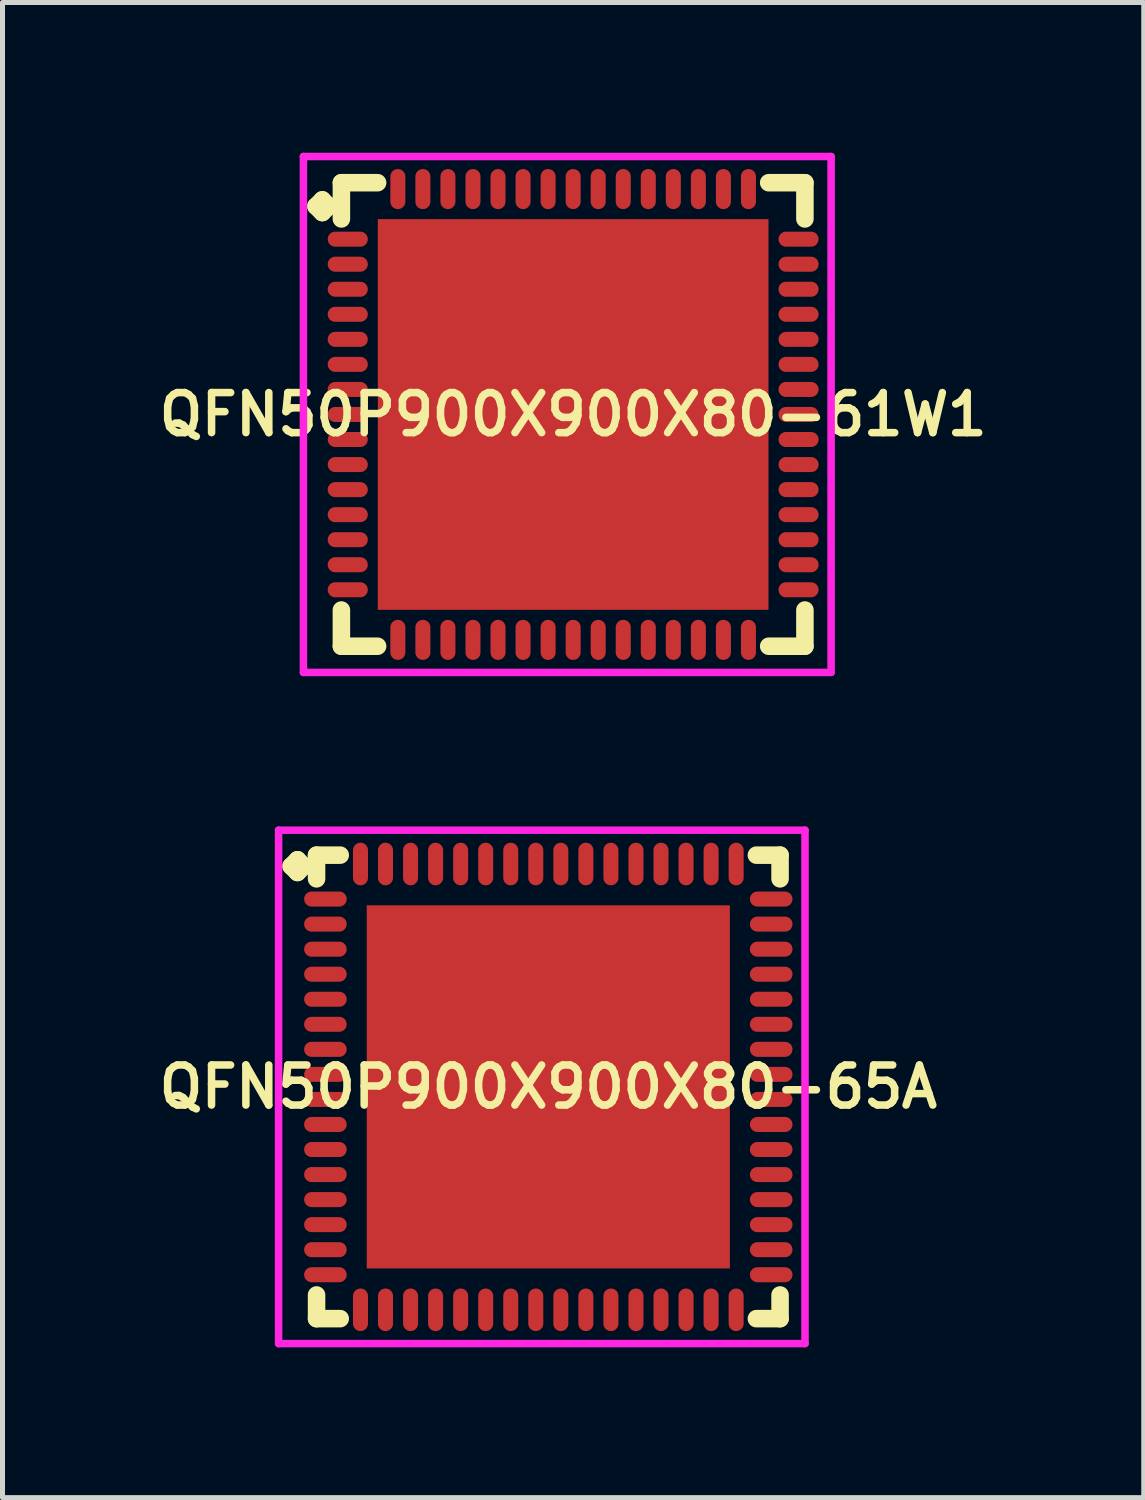
<source format=kicad_pcb>
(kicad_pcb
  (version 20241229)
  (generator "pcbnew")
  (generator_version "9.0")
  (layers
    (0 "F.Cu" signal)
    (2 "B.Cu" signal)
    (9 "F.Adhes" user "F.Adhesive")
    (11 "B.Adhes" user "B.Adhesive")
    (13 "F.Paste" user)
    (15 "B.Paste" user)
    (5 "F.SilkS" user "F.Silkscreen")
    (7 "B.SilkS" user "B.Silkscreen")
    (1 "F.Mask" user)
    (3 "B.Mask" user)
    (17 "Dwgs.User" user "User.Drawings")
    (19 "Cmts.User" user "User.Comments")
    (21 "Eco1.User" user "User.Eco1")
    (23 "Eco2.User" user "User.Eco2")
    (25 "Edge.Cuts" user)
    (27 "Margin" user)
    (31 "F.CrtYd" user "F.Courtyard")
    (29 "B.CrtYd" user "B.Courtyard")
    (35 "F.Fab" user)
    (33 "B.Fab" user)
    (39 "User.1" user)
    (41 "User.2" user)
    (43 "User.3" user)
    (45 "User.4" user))
  (footprint "QFN50P900X900X80-61W1"
    (layer "F.Cu")
    (at 8.393 5.225)
    (property "Reference" "QFN50P900X900X80-61W1" (at 0 0 0) (layer "F.SilkS") (effects (font (size 0.8 0.8) (thickness 0.15))))
    (attr smd)
    (fp_line (start -5.135 -4.158) (end -5.008 -4.285) (stroke (width 0.35) (type solid)) (layer "F.SilkS"))
    (fp_line (start -5.008 -4.285) (end -4.881 -4.158) (stroke (width 0.35) (type solid)) (layer "F.SilkS"))
    (fp_line (start -5.008 -4.031) (end -5.135 -4.158) (stroke (width 0.35) (type solid)) (layer "F.SilkS"))
    (fp_line (start -4.881 -4.158) (end -5.008 -4.031) (stroke (width 0.35) (type solid)) (layer "F.SilkS"))
    (fp_line (start -4.627 -4.627) (end -3.904 -4.627) (stroke (width 0.35) (type solid)) (layer "F.SilkS"))
    (fp_line (start -4.627 -3.904) (end -4.627 -4.627) (stroke (width 0.35) (type solid)) (layer "F.SilkS"))
    (fp_line (start -4.627 3.904) (end -4.627 4.627) (stroke (width 0.35) (type solid)) (layer "F.SilkS"))
    (fp_line (start -4.627 4.627) (end -3.904 4.627) (stroke (width 0.35) (type solid)) (layer "F.SilkS"))
    (fp_line (start 3.904 -4.627) (end 4.627 -4.627) (stroke (width 0.35) (type solid)) (layer "F.SilkS"))
    (fp_line (start 3.904 4.627) (end 4.627 4.627) (stroke (width 0.35) (type solid)) (layer "F.SilkS"))
    (fp_line (start 4.627 -4.627) (end 4.627 -3.904) (stroke (width 0.35) (type solid)) (layer "F.SilkS"))
    (fp_line (start 4.627 4.627) (end 4.627 3.904) (stroke (width 0.35) (type solid)) (layer "F.SilkS"))
    (fp_line (start -5.385 -5.15) (end 5.15 -5.15) (stroke (width 0.15) (type solid)) (layer "F.CrtYd"))
    (fp_line (start -5.385 5.15) (end -5.385 -5.15) (stroke (width 0.15) (type solid)) (layer "F.CrtYd"))
    (fp_line (start 5.15 -5.15) (end 5.15 5.15) (stroke (width 0.15) (type solid)) (layer "F.CrtYd"))
    (fp_line (start 5.15 5.15) (end -5.385 5.15) (stroke (width 0.15) (type solid)) (layer "F.CrtYd"))
    (pad "1" smd oval (at -4.5 -3.5) (size 0.8 0.3) (layers "F.Cu" "F.Mask" "F.Paste"))
    (pad "2" smd oval (at -4.5 -3) (size 0.8 0.3) (layers "F.Cu" "F.Mask" "F.Paste"))
    (pad "3" smd oval (at -4.5 -2.5) (size 0.8 0.3) (layers "F.Cu" "F.Mask" "F.Paste"))
    (pad "4" smd oval (at -4.5 -2) (size 0.8 0.3) (layers "F.Cu" "F.Mask" "F.Paste"))
    (pad "5" smd oval (at -4.5 -1.5) (size 0.8 0.3) (layers "F.Cu" "F.Mask" "F.Paste"))
    (pad "6" smd oval (at -4.5 -1) (size 0.8 0.3) (layers "F.Cu" "F.Mask" "F.Paste"))
    (pad "7" smd oval (at -4.5 -0.5) (size 0.8 0.3) (layers "F.Cu" "F.Mask" "F.Paste"))
    (pad "8" smd oval (at -4.5 0) (size 0.8 0.3) (layers "F.Cu" "F.Mask" "F.Paste"))
    (pad "9" smd oval (at -4.5 0.5) (size 0.8 0.3) (layers "F.Cu" "F.Mask" "F.Paste"))
    (pad "10" smd oval (at -4.5 1) (size 0.8 0.3) (layers "F.Cu" "F.Mask" "F.Paste"))
    (pad "11" smd oval (at -4.5 1.5) (size 0.8 0.3) (layers "F.Cu" "F.Mask" "F.Paste"))
    (pad "12" smd oval (at -4.5 2) (size 0.8 0.3) (layers "F.Cu" "F.Mask" "F.Paste"))
    (pad "13" smd oval (at -4.5 2.5) (size 0.8 0.3) (layers "F.Cu" "F.Mask" "F.Paste"))
    (pad "14" smd oval (at -4.5 3) (size 0.8 0.3) (layers "F.Cu" "F.Mask" "F.Paste"))
    (pad "15" smd oval (at -4.5 3.5) (size 0.8 0.3) (layers "F.Cu" "F.Mask" "F.Paste"))
    (pad "16" smd oval (at -3.5 4.5) (size 0.3 0.8) (layers "F.Cu" "F.Mask" "F.Paste"))
    (pad "17" smd oval (at -3 4.5) (size 0.3 0.8) (layers "F.Cu" "F.Mask" "F.Paste"))
    (pad "18" smd oval (at -2.5 4.5) (size 0.3 0.8) (layers "F.Cu" "F.Mask" "F.Paste"))
    (pad "19" smd oval (at -2 4.5) (size 0.3 0.8) (layers "F.Cu" "F.Mask" "F.Paste"))
    (pad "20" smd oval (at -1.5 4.5) (size 0.3 0.8) (layers "F.Cu" "F.Mask" "F.Paste"))
    (pad "21" smd oval (at -1 4.5) (size 0.3 0.8) (layers "F.Cu" "F.Mask" "F.Paste"))
    (pad "22" smd oval (at -0.5 4.5) (size 0.3 0.8) (layers "F.Cu" "F.Mask" "F.Paste"))
    (pad "23" smd oval (at 0 4.5) (size 0.3 0.8) (layers "F.Cu" "F.Mask" "F.Paste"))
    (pad "24" smd oval (at 0.5 4.5) (size 0.3 0.8) (layers "F.Cu" "F.Mask" "F.Paste"))
    (pad "25" smd oval (at 1 4.5) (size 0.3 0.8) (layers "F.Cu" "F.Mask" "F.Paste"))
    (pad "26" smd oval (at 1.5 4.5) (size 0.3 0.8) (layers "F.Cu" "F.Mask" "F.Paste"))
    (pad "27" smd oval (at 2 4.5) (size 0.3 0.8) (layers "F.Cu" "F.Mask" "F.Paste"))
    (pad "28" smd oval (at 2.5 4.5) (size 0.3 0.8) (layers "F.Cu" "F.Mask" "F.Paste"))
    (pad "29" smd oval (at 3 4.5) (size 0.3 0.8) (layers "F.Cu" "F.Mask" "F.Paste"))
    (pad "30" smd oval (at 3.5 4.5) (size 0.3 0.8) (layers "F.Cu" "F.Mask" "F.Paste"))
    (pad "31" smd oval (at 4.5 3.5) (size 0.8 0.3) (layers "F.Cu" "F.Mask" "F.Paste"))
    (pad "32" smd oval (at 4.5 3) (size 0.8 0.3) (layers "F.Cu" "F.Mask" "F.Paste"))
    (pad "33" smd oval (at 4.5 2.5) (size 0.8 0.3) (layers "F.Cu" "F.Mask" "F.Paste"))
    (pad "34" smd oval (at 4.5 2) (size 0.8 0.3) (layers "F.Cu" "F.Mask" "F.Paste"))
    (pad "35" smd oval (at 4.5 1.5) (size 0.8 0.3) (layers "F.Cu" "F.Mask" "F.Paste"))
    (pad "36" smd oval (at 4.5 1) (size 0.8 0.3) (layers "F.Cu" "F.Mask" "F.Paste"))
    (pad "37" smd oval (at 4.5 0.5) (size 0.8 0.3) (layers "F.Cu" "F.Mask" "F.Paste"))
    (pad "38" smd oval (at 4.5 0) (size 0.8 0.3) (layers "F.Cu" "F.Mask" "F.Paste"))
    (pad "39" smd oval (at 4.5 -0.5) (size 0.8 0.3) (layers "F.Cu" "F.Mask" "F.Paste"))
    (pad "40" smd oval (at 4.5 -1) (size 0.8 0.3) (layers "F.Cu" "F.Mask" "F.Paste"))
    (pad "41" smd oval (at 4.5 -1.5) (size 0.8 0.3) (layers "F.Cu" "F.Mask" "F.Paste"))
    (pad "42" smd oval (at 4.5 -2) (size 0.8 0.3) (layers "F.Cu" "F.Mask" "F.Paste"))
    (pad "43" smd oval (at 4.5 -2.5) (size 0.8 0.3) (layers "F.Cu" "F.Mask" "F.Paste"))
    (pad "44" smd oval (at 4.5 -3) (size 0.8 0.3) (layers "F.Cu" "F.Mask" "F.Paste"))
    (pad "45" smd oval (at 4.5 -3.5) (size 0.8 0.3) (layers "F.Cu" "F.Mask" "F.Paste"))
    (pad "46" smd oval (at 3.5 -4.5) (size 0.3 0.8) (layers "F.Cu" "F.Mask" "F.Paste"))
    (pad "47" smd oval (at 3 -4.5) (size 0.3 0.8) (layers "F.Cu" "F.Mask" "F.Paste"))
    (pad "48" smd oval (at 2.5 -4.5) (size 0.3 0.8) (layers "F.Cu" "F.Mask" "F.Paste"))
    (pad "49" smd oval (at 2 -4.5) (size 0.3 0.8) (layers "F.Cu" "F.Mask" "F.Paste"))
    (pad "50" smd oval (at 1.5 -4.5) (size 0.3 0.8) (layers "F.Cu" "F.Mask" "F.Paste"))
    (pad "51" smd oval (at 1 -4.5) (size 0.3 0.8) (layers "F.Cu" "F.Mask" "F.Paste"))
    (pad "52" smd oval (at 0.5 -4.5) (size 0.3 0.8) (layers "F.Cu" "F.Mask" "F.Paste"))
    (pad "53" smd oval (at 0 -4.5) (size 0.3 0.8) (layers "F.Cu" "F.Mask" "F.Paste"))
    (pad "54" smd oval (at -0.5 -4.5) (size 0.3 0.8) (layers "F.Cu" "F.Mask" "F.Paste"))
    (pad "55" smd oval (at -1 -4.5) (size 0.3 0.8) (layers "F.Cu" "F.Mask" "F.Paste"))
    (pad "56" smd oval (at -1.5 -4.5) (size 0.3 0.8) (layers "F.Cu" "F.Mask" "F.Paste"))
    (pad "57" smd oval (at -2 -4.5) (size 0.3 0.8) (layers "F.Cu" "F.Mask" "F.Paste"))
    (pad "58" smd oval (at -2.5 -4.5) (size 0.3 0.8) (layers "F.Cu" "F.Mask" "F.Paste"))
    (pad "59" smd oval (at -3 -4.5) (size 0.3 0.8) (layers "F.Cu" "F.Mask" "F.Paste"))
    (pad "60" smd oval (at -3.5 -4.5) (size 0.3 0.8) (layers "F.Cu" "F.Mask" "F.Paste"))
    (pad "61" smd rect (at 0 0) (size 7.8 7.8) (layers "F.Cu" "F.Mask" "F.Paste")))
  (footprint "QFN50P900X900X80-65A"
    (layer "F.Cu")
    (at 7.897 18.65)
    (property "Reference" "QFN50P900X900X80-65A" (at 0 0 0) (layer "F.SilkS") (effects (font (size 0.8 0.8) (thickness 0.15))))
    (attr smd)
    (fp_line (start -5.135 -4.408) (end -5.008 -4.535) (stroke (width 0.35) (type solid)) (layer "F.SilkS"))
    (fp_line (start -5.008 -4.535) (end -4.881 -4.408) (stroke (width 0.35) (type solid)) (layer "F.SilkS"))
    (fp_line (start -5.008 -4.281) (end -5.135 -4.408) (stroke (width 0.35) (type solid)) (layer "F.SilkS"))
    (fp_line (start -4.881 -4.408) (end -5.008 -4.281) (stroke (width 0.35) (type solid)) (layer "F.SilkS"))
    (fp_line (start -4.627 -4.627) (end -4.154 -4.627) (stroke (width 0.35) (type solid)) (layer "F.SilkS"))
    (fp_line (start -4.627 -4.154) (end -4.627 -4.627) (stroke (width 0.35) (type solid)) (layer "F.SilkS"))
    (fp_line (start -4.627 4.154) (end -4.627 4.627) (stroke (width 0.35) (type solid)) (layer "F.SilkS"))
    (fp_line (start -4.627 4.627) (end -4.154 4.627) (stroke (width 0.35) (type solid)) (layer "F.SilkS"))
    (fp_line (start 4.154 -4.627) (end 4.627 -4.627) (stroke (width 0.35) (type solid)) (layer "F.SilkS"))
    (fp_line (start 4.154 4.627) (end 4.627 4.627) (stroke (width 0.35) (type solid)) (layer "F.SilkS"))
    (fp_line (start 4.627 -4.627) (end 4.627 -4.154) (stroke (width 0.35) (type solid)) (layer "F.SilkS"))
    (fp_line (start 4.627 4.627) (end 4.627 4.154) (stroke (width 0.35) (type solid)) (layer "F.SilkS"))
    (fp_line (start -5.385 -5.125) (end 5.125 -5.125) (stroke (width 0.15) (type solid)) (layer "F.CrtYd"))
    (fp_line (start -5.385 5.125) (end -5.385 -5.125) (stroke (width 0.15) (type solid)) (layer "F.CrtYd"))
    (fp_line (start 5.125 -5.125) (end 5.125 5.125) (stroke (width 0.15) (type solid)) (layer "F.CrtYd"))
    (fp_line (start 5.125 5.125) (end -5.385 5.125) (stroke (width 0.15) (type solid)) (layer "F.CrtYd"))
    (pad "1" smd oval (at -4.45 -3.75) (size 0.85 0.3) (layers "F.Cu" "F.Mask" "F.Paste"))
    (pad "2" smd oval (at -4.45 -3.25) (size 0.85 0.3) (layers "F.Cu" "F.Mask" "F.Paste"))
    (pad "3" smd oval (at -4.45 -2.75) (size 0.85 0.3) (layers "F.Cu" "F.Mask" "F.Paste"))
    (pad "4" smd oval (at -4.45 -2.25) (size 0.85 0.3) (layers "F.Cu" "F.Mask" "F.Paste"))
    (pad "5" smd oval (at -4.45 -1.75) (size 0.85 0.3) (layers "F.Cu" "F.Mask" "F.Paste"))
    (pad "6" smd oval (at -4.45 -1.25) (size 0.85 0.3) (layers "F.Cu" "F.Mask" "F.Paste"))
    (pad "7" smd oval (at -4.45 -0.75) (size 0.85 0.3) (layers "F.Cu" "F.Mask" "F.Paste"))
    (pad "8" smd oval (at -4.45 -0.25) (size 0.85 0.3) (layers "F.Cu" "F.Mask" "F.Paste"))
    (pad "9" smd oval (at -4.45 0.25) (size 0.85 0.3) (layers "F.Cu" "F.Mask" "F.Paste"))
    (pad "10" smd oval (at -4.45 0.75) (size 0.85 0.3) (layers "F.Cu" "F.Mask" "F.Paste"))
    (pad "11" smd oval (at -4.45 1.25) (size 0.85 0.3) (layers "F.Cu" "F.Mask" "F.Paste"))
    (pad "12" smd oval (at -4.45 1.75) (size 0.85 0.3) (layers "F.Cu" "F.Mask" "F.Paste"))
    (pad "13" smd oval (at -4.45 2.25) (size 0.85 0.3) (layers "F.Cu" "F.Mask" "F.Paste"))
    (pad "14" smd oval (at -4.45 2.75) (size 0.85 0.3) (layers "F.Cu" "F.Mask" "F.Paste"))
    (pad "15" smd oval (at -4.45 3.25) (size 0.85 0.3) (layers "F.Cu" "F.Mask" "F.Paste"))
    (pad "16" smd oval (at -4.45 3.75) (size 0.85 0.3) (layers "F.Cu" "F.Mask" "F.Paste"))
    (pad "17" smd oval (at -3.75 4.45) (size 0.3 0.85) (layers "F.Cu" "F.Mask" "F.Paste"))
    (pad "18" smd oval (at -3.25 4.45) (size 0.3 0.85) (layers "F.Cu" "F.Mask" "F.Paste"))
    (pad "19" smd oval (at -2.75 4.45) (size 0.3 0.85) (layers "F.Cu" "F.Mask" "F.Paste"))
    (pad "20" smd oval (at -2.25 4.45) (size 0.3 0.85) (layers "F.Cu" "F.Mask" "F.Paste"))
    (pad "21" smd oval (at -1.75 4.45) (size 0.3 0.85) (layers "F.Cu" "F.Mask" "F.Paste"))
    (pad "22" smd oval (at -1.25 4.45) (size 0.3 0.85) (layers "F.Cu" "F.Mask" "F.Paste"))
    (pad "23" smd oval (at -0.75 4.45) (size 0.3 0.85) (layers "F.Cu" "F.Mask" "F.Paste"))
    (pad "24" smd oval (at -0.25 4.45) (size 0.3 0.85) (layers "F.Cu" "F.Mask" "F.Paste"))
    (pad "25" smd oval (at 0.25 4.45) (size 0.3 0.85) (layers "F.Cu" "F.Mask" "F.Paste"))
    (pad "26" smd oval (at 0.75 4.45) (size 0.3 0.85) (layers "F.Cu" "F.Mask" "F.Paste"))
    (pad "27" smd oval (at 1.25 4.45) (size 0.3 0.85) (layers "F.Cu" "F.Mask" "F.Paste"))
    (pad "28" smd oval (at 1.75 4.45) (size 0.3 0.85) (layers "F.Cu" "F.Mask" "F.Paste"))
    (pad "29" smd oval (at 2.25 4.45) (size 0.3 0.85) (layers "F.Cu" "F.Mask" "F.Paste"))
    (pad "30" smd oval (at 2.75 4.45) (size 0.3 0.85) (layers "F.Cu" "F.Mask" "F.Paste"))
    (pad "31" smd oval (at 3.25 4.45) (size 0.3 0.85) (layers "F.Cu" "F.Mask" "F.Paste"))
    (pad "32" smd oval (at 3.75 4.45) (size 0.3 0.85) (layers "F.Cu" "F.Mask" "F.Paste"))
    (pad "33" smd oval (at 4.45 3.75) (size 0.85 0.3) (layers "F.Cu" "F.Mask" "F.Paste"))
    (pad "34" smd oval (at 4.45 3.25) (size 0.85 0.3) (layers "F.Cu" "F.Mask" "F.Paste"))
    (pad "35" smd oval (at 4.45 2.75) (size 0.85 0.3) (layers "F.Cu" "F.Mask" "F.Paste"))
    (pad "36" smd oval (at 4.45 2.25) (size 0.85 0.3) (layers "F.Cu" "F.Mask" "F.Paste"))
    (pad "37" smd oval (at 4.45 1.75) (size 0.85 0.3) (layers "F.Cu" "F.Mask" "F.Paste"))
    (pad "38" smd oval (at 4.45 1.25) (size 0.85 0.3) (layers "F.Cu" "F.Mask" "F.Paste"))
    (pad "39" smd oval (at 4.45 0.75) (size 0.85 0.3) (layers "F.Cu" "F.Mask" "F.Paste"))
    (pad "40" smd oval (at 4.45 0.25) (size 0.85 0.3) (layers "F.Cu" "F.Mask" "F.Paste"))
    (pad "41" smd oval (at 4.45 -0.25) (size 0.85 0.3) (layers "F.Cu" "F.Mask" "F.Paste"))
    (pad "42" smd oval (at 4.45 -0.75) (size 0.85 0.3) (layers "F.Cu" "F.Mask" "F.Paste"))
    (pad "43" smd oval (at 4.45 -1.25) (size 0.85 0.3) (layers "F.Cu" "F.Mask" "F.Paste"))
    (pad "44" smd oval (at 4.45 -1.75) (size 0.85 0.3) (layers "F.Cu" "F.Mask" "F.Paste"))
    (pad "45" smd oval (at 4.45 -2.25) (size 0.85 0.3) (layers "F.Cu" "F.Mask" "F.Paste"))
    (pad "46" smd oval (at 4.45 -2.75) (size 0.85 0.3) (layers "F.Cu" "F.Mask" "F.Paste"))
    (pad "47" smd oval (at 4.45 -3.25) (size 0.85 0.3) (layers "F.Cu" "F.Mask" "F.Paste"))
    (pad "48" smd oval (at 4.45 -3.75) (size 0.85 0.3) (layers "F.Cu" "F.Mask" "F.Paste"))
    (pad "49" smd oval (at 3.75 -4.45) (size 0.3 0.85) (layers "F.Cu" "F.Mask" "F.Paste"))
    (pad "50" smd oval (at 3.25 -4.45) (size 0.3 0.85) (layers "F.Cu" "F.Mask" "F.Paste"))
    (pad "51" smd oval (at 2.75 -4.45) (size 0.3 0.85) (layers "F.Cu" "F.Mask" "F.Paste"))
    (pad "52" smd oval (at 2.25 -4.45) (size 0.3 0.85) (layers "F.Cu" "F.Mask" "F.Paste"))
    (pad "53" smd oval (at 1.75 -4.45) (size 0.3 0.85) (layers "F.Cu" "F.Mask" "F.Paste"))
    (pad "54" smd oval (at 1.25 -4.45) (size 0.3 0.85) (layers "F.Cu" "F.Mask" "F.Paste"))
    (pad "55" smd oval (at 0.75 -4.45) (size 0.3 0.85) (layers "F.Cu" "F.Mask" "F.Paste"))
    (pad "56" smd oval (at 0.25 -4.45) (size 0.3 0.85) (layers "F.Cu" "F.Mask" "F.Paste"))
    (pad "57" smd oval (at -0.25 -4.45) (size 0.3 0.85) (layers "F.Cu" "F.Mask" "F.Paste"))
    (pad "58" smd oval (at -0.75 -4.45) (size 0.3 0.85) (layers "F.Cu" "F.Mask" "F.Paste"))
    (pad "59" smd oval (at -1.25 -4.45) (size 0.3 0.85) (layers "F.Cu" "F.Mask" "F.Paste"))
    (pad "60" smd oval (at -1.75 -4.45) (size 0.3 0.85) (layers "F.Cu" "F.Mask" "F.Paste"))
    (pad "61" smd oval (at -2.25 -4.45) (size 0.3 0.85) (layers "F.Cu" "F.Mask" "F.Paste"))
    (pad "62" smd oval (at -2.75 -4.45) (size 0.3 0.85) (layers "F.Cu" "F.Mask" "F.Paste"))
    (pad "63" smd oval (at -3.25 -4.45) (size 0.3 0.85) (layers "F.Cu" "F.Mask" "F.Paste"))
    (pad "64" smd oval (at -3.75 -4.45) (size 0.3 0.85) (layers "F.Cu" "F.Mask" "F.Paste"))
    (pad "65" smd rect (at 0 0) (size 7.25 7.25) (layers "F.Cu" "F.Mask" "F.Paste")))
  (gr_rect
    (start -3 -3)
    (end 19.785 26.85)
    (stroke (width 0.1) (type default))
    (fill no)
    (layer "Edge.Cuts")))
</source>
